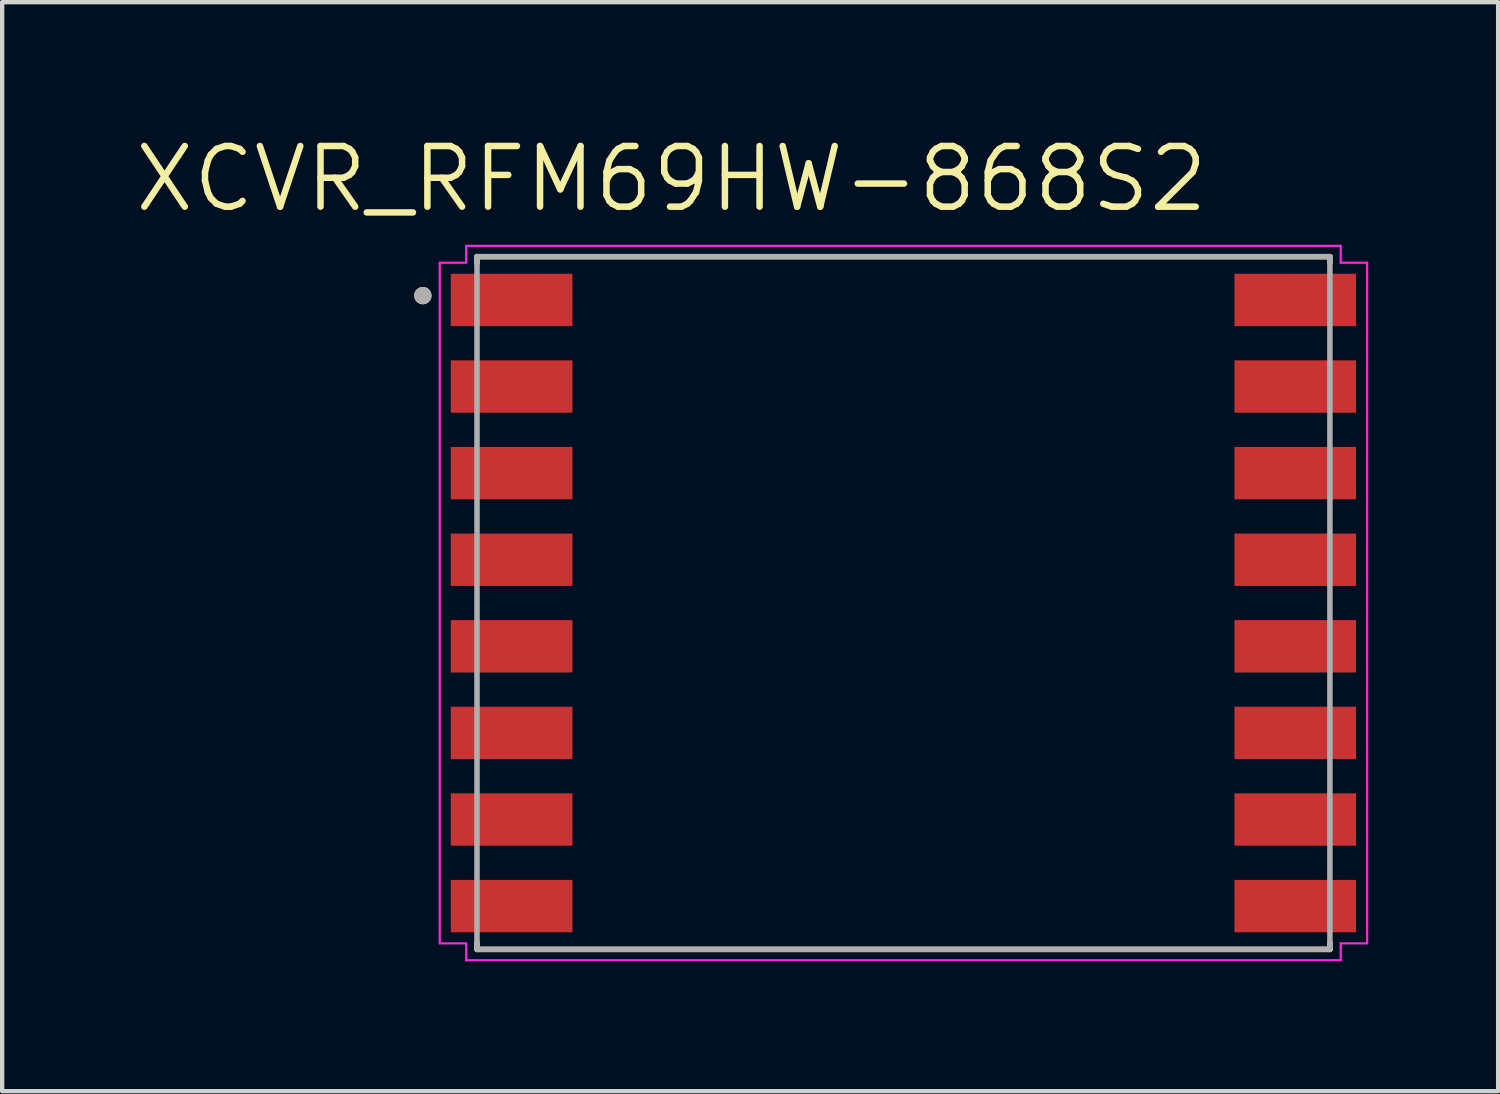
<source format=kicad_pcb>
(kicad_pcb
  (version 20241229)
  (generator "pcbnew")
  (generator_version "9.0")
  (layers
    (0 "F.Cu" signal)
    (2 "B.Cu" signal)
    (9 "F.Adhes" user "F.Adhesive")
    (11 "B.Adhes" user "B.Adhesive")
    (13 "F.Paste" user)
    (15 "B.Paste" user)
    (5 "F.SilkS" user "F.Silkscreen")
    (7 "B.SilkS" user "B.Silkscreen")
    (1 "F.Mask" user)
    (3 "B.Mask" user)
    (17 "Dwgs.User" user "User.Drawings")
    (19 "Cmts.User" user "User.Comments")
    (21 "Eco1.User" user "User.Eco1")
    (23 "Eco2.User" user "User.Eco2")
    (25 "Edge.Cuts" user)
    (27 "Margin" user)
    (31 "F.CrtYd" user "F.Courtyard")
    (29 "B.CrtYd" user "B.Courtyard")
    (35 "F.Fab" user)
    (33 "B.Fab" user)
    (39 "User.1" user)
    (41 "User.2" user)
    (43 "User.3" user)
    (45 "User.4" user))
  (footprint "XCVR_RFM69HW-868S2"
    (layer "F.Cu")
    (at 17.817 10.878)
    (property "Reference" "XCVR_RFM69HW-868S2" (at -5.358 -9.795 0) (layer "F.SilkS") (effects (font (size 1.401 1.401) (thickness 0.15))))
    (attr through_hole)
    (fp_line (start -9.85 -8) (end 9.85 -8) (stroke (width 0.127) (type solid)) (layer "F.SilkS"))
    (fp_line (start -9.85 -7.85) (end -9.85 -8) (stroke (width 0.127) (type solid)) (layer "F.SilkS"))
    (fp_line (start -9.85 7.85) (end -9.85 8) (stroke (width 0.127) (type solid)) (layer "F.SilkS"))
    (fp_line (start -9.85 8) (end 9.85 8) (stroke (width 0.127) (type solid)) (layer "F.SilkS"))
    (fp_line (start 9.85 -8) (end 9.85 -7.85) (stroke (width 0.127) (type solid)) (layer "F.SilkS"))
    (fp_line (start 9.85 8) (end 9.85 7.85) (stroke (width 0.127) (type solid)) (layer "F.SilkS"))
    (fp_circle (center -11.1 -7.1) (end -11 -7.1) (stroke (width 0.2) (type solid)) (fill no) (layer "F.SilkS"))
    (fp_line (start -10.71 -7.86) (end -10.1 -7.86) (stroke (width 0.05) (type solid)) (layer "F.CrtYd"))
    (fp_line (start -10.71 7.86) (end -10.71 -7.86) (stroke (width 0.05) (type solid)) (layer "F.CrtYd"))
    (fp_line (start -10.1 -8.25) (end 10.1 -8.25) (stroke (width 0.05) (type solid)) (layer "F.CrtYd"))
    (fp_line (start -10.1 -7.86) (end -10.1 -8.25) (stroke (width 0.05) (type solid)) (layer "F.CrtYd"))
    (fp_line (start -10.1 7.86) (end -10.71 7.86) (stroke (width 0.05) (type solid)) (layer "F.CrtYd"))
    (fp_line (start -10.1 8.25) (end -10.1 7.86) (stroke (width 0.05) (type solid)) (layer "F.CrtYd"))
    (fp_line (start 10.1 -8.25) (end 10.1 -7.86) (stroke (width 0.05) (type solid)) (layer "F.CrtYd"))
    (fp_line (start 10.1 -7.86) (end 10.71 -7.86) (stroke (width 0.05) (type solid)) (layer "F.CrtYd"))
    (fp_line (start 10.1 7.86) (end 10.1 8.25) (stroke (width 0.05) (type solid)) (layer "F.CrtYd"))
    (fp_line (start 10.1 8.25) (end -10.1 8.25) (stroke (width 0.05) (type solid)) (layer "F.CrtYd"))
    (fp_line (start 10.71 -7.86) (end 10.71 7.86) (stroke (width 0.05) (type solid)) (layer "F.CrtYd"))
    (fp_line (start 10.71 7.86) (end 10.1 7.86) (stroke (width 0.05) (type solid)) (layer "F.CrtYd"))
    (fp_line (start -9.85 -8) (end 9.85 -8) (stroke (width 0.127) (type solid)) (layer "F.Fab"))
    (fp_line (start -9.85 8) (end -9.85 -8) (stroke (width 0.127) (type solid)) (layer "F.Fab"))
    (fp_line (start 9.85 -8) (end 9.85 8) (stroke (width 0.127) (type solid)) (layer "F.Fab"))
    (fp_line (start 9.85 8) (end -9.85 8) (stroke (width 0.127) (type solid)) (layer "F.Fab"))
    (fp_circle (center -11.1 -7.1) (end -11 -7.1) (stroke (width 0.2) (type solid)) (fill no) (layer "F.Fab"))
    (pad "1" smd rect (at -9.05 -7) (size 2.81 1.21) (layers "F.Cu" "F.Mask" "F.Paste"))
    (pad "2" smd rect (at -9.05 -5) (size 2.81 1.21) (layers "F.Cu" "F.Mask" "F.Paste"))
    (pad "3" smd rect (at -9.05 -3) (size 2.81 1.21) (layers "F.Cu" "F.Mask" "F.Paste"))
    (pad "4" smd rect (at -9.05 -1) (size 2.81 1.21) (layers "F.Cu" "F.Mask" "F.Paste"))
    (pad "5" smd rect (at -9.05 1) (size 2.81 1.21) (layers "F.Cu" "F.Mask" "F.Paste"))
    (pad "6" smd rect (at -9.05 3) (size 2.81 1.21) (layers "F.Cu" "F.Mask" "F.Paste"))
    (pad "7" smd rect (at -9.05 5) (size 2.81 1.21) (layers "F.Cu" "F.Mask" "F.Paste"))
    (pad "8" smd rect (at -9.05 7) (size 2.81 1.21) (layers "F.Cu" "F.Mask" "F.Paste"))
    (pad "9" smd rect (at 9.05 7) (size 2.81 1.21) (layers "F.Cu" "F.Mask" "F.Paste"))
    (pad "10" smd rect (at 9.05 5) (size 2.81 1.21) (layers "F.Cu" "F.Mask" "F.Paste"))
    (pad "11" smd rect (at 9.05 3) (size 2.81 1.21) (layers "F.Cu" "F.Mask" "F.Paste"))
    (pad "12" smd rect (at 9.05 1) (size 2.81 1.21) (layers "F.Cu" "F.Mask" "F.Paste"))
    (pad "13" smd rect (at 9.05 -1) (size 2.81 1.21) (layers "F.Cu" "F.Mask" "F.Paste"))
    (pad "14" smd rect (at 9.05 -3) (size 2.81 1.21) (layers "F.Cu" "F.Mask" "F.Paste"))
    (pad "15" smd rect (at 9.05 -5) (size 2.81 1.21) (layers "F.Cu" "F.Mask" "F.Paste"))
    (pad "16" smd rect (at 9.05 -7) (size 2.81 1.21) (layers "F.Cu" "F.Mask" "F.Paste")))
  (gr_rect
    (start -3 -3)
    (end 31.552 22.153)
    (stroke (width 0.1) (type default))
    (fill no)
    (layer "Edge.Cuts")))
</source>
